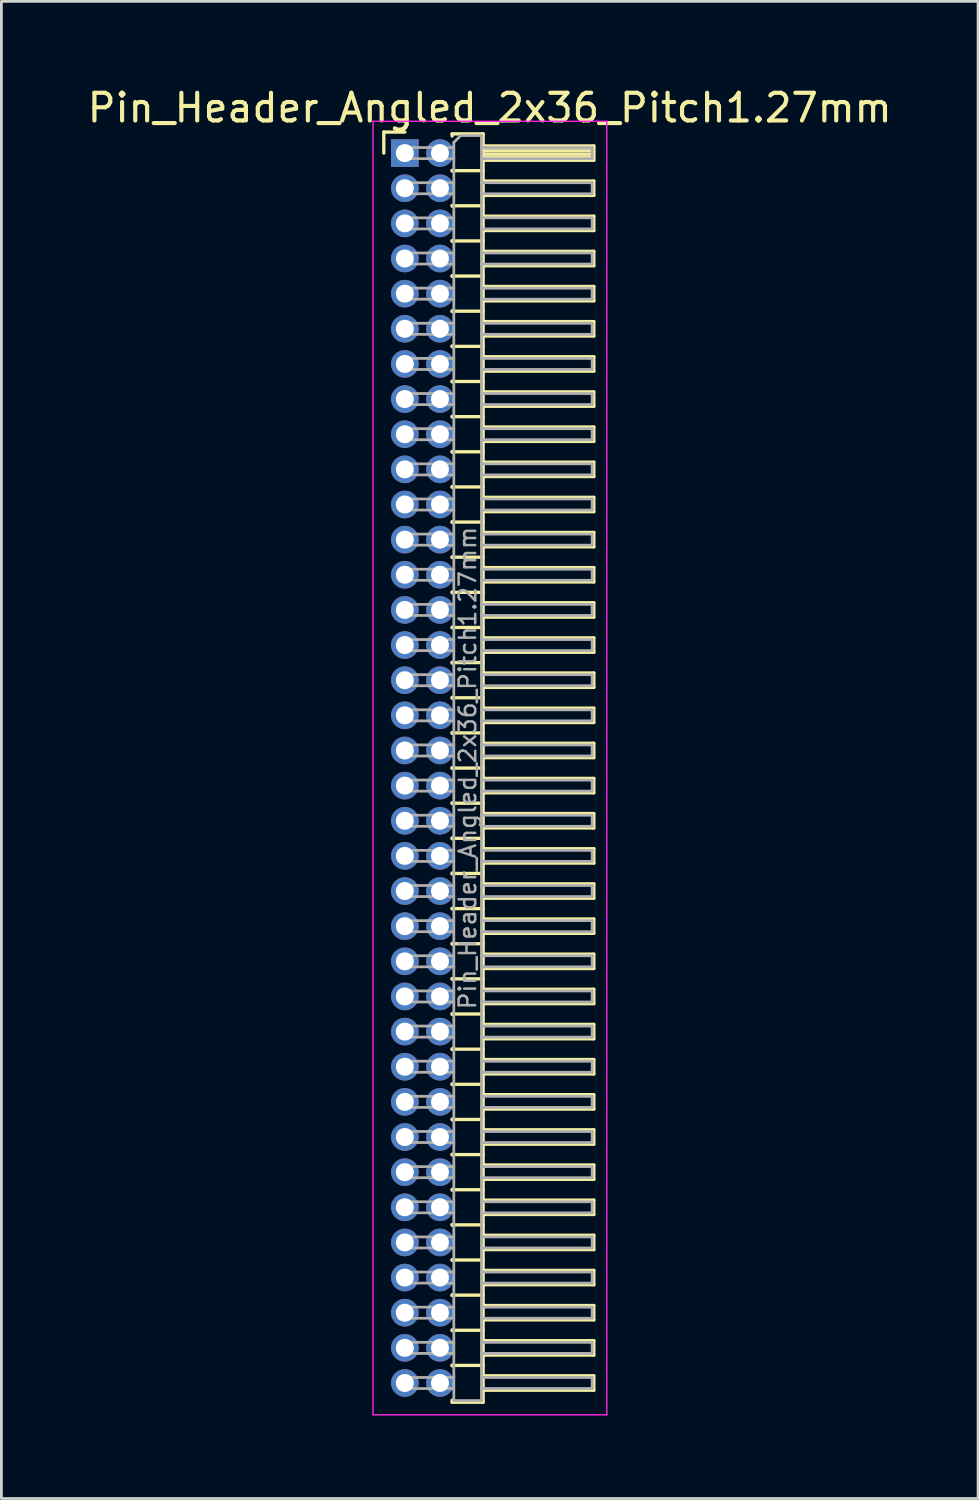
<source format=kicad_pcb>
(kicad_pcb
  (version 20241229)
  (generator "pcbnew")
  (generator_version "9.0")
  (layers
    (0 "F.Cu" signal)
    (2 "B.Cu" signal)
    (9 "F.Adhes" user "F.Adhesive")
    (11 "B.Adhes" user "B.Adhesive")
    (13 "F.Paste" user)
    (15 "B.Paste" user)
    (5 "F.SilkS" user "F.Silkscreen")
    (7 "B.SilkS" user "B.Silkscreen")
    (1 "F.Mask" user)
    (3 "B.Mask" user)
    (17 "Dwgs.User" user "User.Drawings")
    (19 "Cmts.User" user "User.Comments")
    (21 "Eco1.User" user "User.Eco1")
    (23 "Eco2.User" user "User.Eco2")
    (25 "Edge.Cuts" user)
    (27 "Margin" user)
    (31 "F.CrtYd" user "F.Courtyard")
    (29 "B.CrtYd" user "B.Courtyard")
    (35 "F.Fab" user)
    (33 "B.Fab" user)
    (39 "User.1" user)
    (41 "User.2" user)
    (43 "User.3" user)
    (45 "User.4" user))
  (footprint "Pin_Header_Angled_2x36_Pitch1.27mm"
    (layer "F.Cu")
    (at 11.581 2.483)
    (property "Reference" "Pin_Header_Angled_2x36_Pitch1.27mm" (at 3.067 -1.635 0) (layer "F.SilkS") (effects (font (size 1 1) (thickness 0.15))))
    (attr through_hole)
    (fp_line (start -0.76 -0.76) (end 0 -0.76) (stroke (width 0.12) (type solid)) (layer "F.SilkS"))
    (fp_line (start -0.76 0) (end -0.76 -0.76) (stroke (width 0.12) (type solid)) (layer "F.SilkS"))
    (fp_line (start 1.71 -0.695) (end 2.83 -0.695) (stroke (width 0.12) (type solid)) (layer "F.SilkS"))
    (fp_line (start 1.71 -0.62) (end 1.71 -0.695) (stroke (width 0.12) (type solid)) (layer "F.SilkS"))
    (fp_line (start 1.71 0.62) (end 1.71 0.65) (stroke (width 0.12) (type solid)) (layer "F.SilkS"))
    (fp_line (start 1.71 0.635) (end 2.83 0.635) (stroke (width 0.12) (type solid)) (layer "F.SilkS"))
    (fp_line (start 1.71 1.89) (end 1.71 1.92) (stroke (width 0.12) (type solid)) (layer "F.SilkS"))
    (fp_line (start 1.71 1.905) (end 2.83 1.905) (stroke (width 0.12) (type solid)) (layer "F.SilkS"))
    (fp_line (start 1.71 3.16) (end 1.71 3.19) (stroke (width 0.12) (type solid)) (layer "F.SilkS"))
    (fp_line (start 1.71 3.175) (end 2.83 3.175) (stroke (width 0.12) (type solid)) (layer "F.SilkS"))
    (fp_line (start 1.71 4.43) (end 1.71 4.46) (stroke (width 0.12) (type solid)) (layer "F.SilkS"))
    (fp_line (start 1.71 4.445) (end 2.83 4.445) (stroke (width 0.12) (type solid)) (layer "F.SilkS"))
    (fp_line (start 1.71 5.7) (end 1.71 5.73) (stroke (width 0.12) (type solid)) (layer "F.SilkS"))
    (fp_line (start 1.71 5.715) (end 2.83 5.715) (stroke (width 0.12) (type solid)) (layer "F.SilkS"))
    (fp_line (start 1.71 6.97) (end 1.71 7) (stroke (width 0.12) (type solid)) (layer "F.SilkS"))
    (fp_line (start 1.71 6.985) (end 2.83 6.985) (stroke (width 0.12) (type solid)) (layer "F.SilkS"))
    (fp_line (start 1.71 8.24) (end 1.71 8.27) (stroke (width 0.12) (type solid)) (layer "F.SilkS"))
    (fp_line (start 1.71 8.255) (end 2.83 8.255) (stroke (width 0.12) (type solid)) (layer "F.SilkS"))
    (fp_line (start 1.71 9.51) (end 1.71 9.54) (stroke (width 0.12) (type solid)) (layer "F.SilkS"))
    (fp_line (start 1.71 9.525) (end 2.83 9.525) (stroke (width 0.12) (type solid)) (layer "F.SilkS"))
    (fp_line (start 1.71 10.78) (end 1.71 10.81) (stroke (width 0.12) (type solid)) (layer "F.SilkS"))
    (fp_line (start 1.71 10.795) (end 2.83 10.795) (stroke (width 0.12) (type solid)) (layer "F.SilkS"))
    (fp_line (start 1.71 12.05) (end 1.71 12.08) (stroke (width 0.12) (type solid)) (layer "F.SilkS"))
    (fp_line (start 1.71 12.065) (end 2.83 12.065) (stroke (width 0.12) (type solid)) (layer "F.SilkS"))
    (fp_line (start 1.71 13.32) (end 1.71 13.35) (stroke (width 0.12) (type solid)) (layer "F.SilkS"))
    (fp_line (start 1.71 13.335) (end 2.83 13.335) (stroke (width 0.12) (type solid)) (layer "F.SilkS"))
    (fp_line (start 1.71 14.59) (end 1.71 14.62) (stroke (width 0.12) (type solid)) (layer "F.SilkS"))
    (fp_line (start 1.71 14.605) (end 2.83 14.605) (stroke (width 0.12) (type solid)) (layer "F.SilkS"))
    (fp_line (start 1.71 15.86) (end 1.71 15.89) (stroke (width 0.12) (type solid)) (layer "F.SilkS"))
    (fp_line (start 1.71 15.875) (end 2.83 15.875) (stroke (width 0.12) (type solid)) (layer "F.SilkS"))
    (fp_line (start 1.71 17.13) (end 1.71 17.16) (stroke (width 0.12) (type solid)) (layer "F.SilkS"))
    (fp_line (start 1.71 17.145) (end 2.83 17.145) (stroke (width 0.12) (type solid)) (layer "F.SilkS"))
    (fp_line (start 1.71 18.4) (end 1.71 18.43) (stroke (width 0.12) (type solid)) (layer "F.SilkS"))
    (fp_line (start 1.71 18.415) (end 2.83 18.415) (stroke (width 0.12) (type solid)) (layer "F.SilkS"))
    (fp_line (start 1.71 19.67) (end 1.71 19.7) (stroke (width 0.12) (type solid)) (layer "F.SilkS"))
    (fp_line (start 1.71 19.685) (end 2.83 19.685) (stroke (width 0.12) (type solid)) (layer "F.SilkS"))
    (fp_line (start 1.71 20.94) (end 1.71 20.97) (stroke (width 0.12) (type solid)) (layer "F.SilkS"))
    (fp_line (start 1.71 20.955) (end 2.83 20.955) (stroke (width 0.12) (type solid)) (layer "F.SilkS"))
    (fp_line (start 1.71 22.21) (end 1.71 22.24) (stroke (width 0.12) (type solid)) (layer "F.SilkS"))
    (fp_line (start 1.71 22.225) (end 2.83 22.225) (stroke (width 0.12) (type solid)) (layer "F.SilkS"))
    (fp_line (start 1.71 23.48) (end 1.71 23.51) (stroke (width 0.12) (type solid)) (layer "F.SilkS"))
    (fp_line (start 1.71 23.495) (end 2.83 23.495) (stroke (width 0.12) (type solid)) (layer "F.SilkS"))
    (fp_line (start 1.71 24.75) (end 1.71 24.78) (stroke (width 0.12) (type solid)) (layer "F.SilkS"))
    (fp_line (start 1.71 24.765) (end 2.83 24.765) (stroke (width 0.12) (type solid)) (layer "F.SilkS"))
    (fp_line (start 1.71 26.02) (end 1.71 26.05) (stroke (width 0.12) (type solid)) (layer "F.SilkS"))
    (fp_line (start 1.71 26.035) (end 2.83 26.035) (stroke (width 0.12) (type solid)) (layer "F.SilkS"))
    (fp_line (start 1.71 27.29) (end 1.71 27.32) (stroke (width 0.12) (type solid)) (layer "F.SilkS"))
    (fp_line (start 1.71 27.305) (end 2.83 27.305) (stroke (width 0.12) (type solid)) (layer "F.SilkS"))
    (fp_line (start 1.71 28.56) (end 1.71 28.59) (stroke (width 0.12) (type solid)) (layer "F.SilkS"))
    (fp_line (start 1.71 28.575) (end 2.83 28.575) (stroke (width 0.12) (type solid)) (layer "F.SilkS"))
    (fp_line (start 1.71 29.83) (end 1.71 29.86) (stroke (width 0.12) (type solid)) (layer "F.SilkS"))
    (fp_line (start 1.71 29.845) (end 2.83 29.845) (stroke (width 0.12) (type solid)) (layer "F.SilkS"))
    (fp_line (start 1.71 31.1) (end 1.71 31.13) (stroke (width 0.12) (type solid)) (layer "F.SilkS"))
    (fp_line (start 1.71 31.115) (end 2.83 31.115) (stroke (width 0.12) (type solid)) (layer "F.SilkS"))
    (fp_line (start 1.71 32.37) (end 1.71 32.4) (stroke (width 0.12) (type solid)) (layer "F.SilkS"))
    (fp_line (start 1.71 32.385) (end 2.83 32.385) (stroke (width 0.12) (type solid)) (layer "F.SilkS"))
    (fp_line (start 1.71 33.64) (end 1.71 33.67) (stroke (width 0.12) (type solid)) (layer "F.SilkS"))
    (fp_line (start 1.71 33.655) (end 2.83 33.655) (stroke (width 0.12) (type solid)) (layer "F.SilkS"))
    (fp_line (start 1.71 34.91) (end 1.71 34.94) (stroke (width 0.12) (type solid)) (layer "F.SilkS"))
    (fp_line (start 1.71 34.925) (end 2.83 34.925) (stroke (width 0.12) (type solid)) (layer "F.SilkS"))
    (fp_line (start 1.71 36.18) (end 1.71 36.21) (stroke (width 0.12) (type solid)) (layer "F.SilkS"))
    (fp_line (start 1.71 36.195) (end 2.83 36.195) (stroke (width 0.12) (type solid)) (layer "F.SilkS"))
    (fp_line (start 1.71 37.45) (end 1.71 37.48) (stroke (width 0.12) (type solid)) (layer "F.SilkS"))
    (fp_line (start 1.71 37.465) (end 2.83 37.465) (stroke (width 0.12) (type solid)) (layer "F.SilkS"))
    (fp_line (start 1.71 38.72) (end 1.71 38.75) (stroke (width 0.12) (type solid)) (layer "F.SilkS"))
    (fp_line (start 1.71 38.735) (end 2.83 38.735) (stroke (width 0.12) (type solid)) (layer "F.SilkS"))
    (fp_line (start 1.71 39.99) (end 1.71 40.02) (stroke (width 0.12) (type solid)) (layer "F.SilkS"))
    (fp_line (start 1.71 40.005) (end 2.83 40.005) (stroke (width 0.12) (type solid)) (layer "F.SilkS"))
    (fp_line (start 1.71 41.26) (end 1.71 41.29) (stroke (width 0.12) (type solid)) (layer "F.SilkS"))
    (fp_line (start 1.71 41.275) (end 2.83 41.275) (stroke (width 0.12) (type solid)) (layer "F.SilkS"))
    (fp_line (start 1.71 42.53) (end 1.71 42.56) (stroke (width 0.12) (type solid)) (layer "F.SilkS"))
    (fp_line (start 1.71 42.545) (end 2.83 42.545) (stroke (width 0.12) (type solid)) (layer "F.SilkS"))
    (fp_line (start 1.71 43.8) (end 1.71 43.83) (stroke (width 0.12) (type solid)) (layer "F.SilkS"))
    (fp_line (start 1.71 43.815) (end 2.83 43.815) (stroke (width 0.12) (type solid)) (layer "F.SilkS"))
    (fp_line (start 1.71 45.145) (end 1.71 45.07) (stroke (width 0.12) (type solid)) (layer "F.SilkS"))
    (fp_line (start 2.83 -0.695) (end 2.83 45.145) (stroke (width 0.12) (type solid)) (layer "F.SilkS"))
    (fp_line (start 2.83 -0.26) (end 6.83 -0.26) (stroke (width 0.12) (type solid)) (layer "F.SilkS"))
    (fp_line (start 2.83 -0.2) (end 6.83 -0.2) (stroke (width 0.12) (type solid)) (layer "F.SilkS"))
    (fp_line (start 2.83 -0.08) (end 6.83 -0.08) (stroke (width 0.12) (type solid)) (layer "F.SilkS"))
    (fp_line (start 2.83 0.04) (end 6.83 0.04) (stroke (width 0.12) (type solid)) (layer "F.SilkS"))
    (fp_line (start 2.83 0.16) (end 6.83 0.16) (stroke (width 0.12) (type solid)) (layer "F.SilkS"))
    (fp_line (start 2.83 1.01) (end 6.83 1.01) (stroke (width 0.12) (type solid)) (layer "F.SilkS"))
    (fp_line (start 2.83 2.28) (end 6.83 2.28) (stroke (width 0.12) (type solid)) (layer "F.SilkS"))
    (fp_line (start 2.83 3.55) (end 6.83 3.55) (stroke (width 0.12) (type solid)) (layer "F.SilkS"))
    (fp_line (start 2.83 4.82) (end 6.83 4.82) (stroke (width 0.12) (type solid)) (layer "F.SilkS"))
    (fp_line (start 2.83 6.09) (end 6.83 6.09) (stroke (width 0.12) (type solid)) (layer "F.SilkS"))
    (fp_line (start 2.83 7.36) (end 6.83 7.36) (stroke (width 0.12) (type solid)) (layer "F.SilkS"))
    (fp_line (start 2.83 8.63) (end 6.83 8.63) (stroke (width 0.12) (type solid)) (layer "F.SilkS"))
    (fp_line (start 2.83 9.9) (end 6.83 9.9) (stroke (width 0.12) (type solid)) (layer "F.SilkS"))
    (fp_line (start 2.83 11.17) (end 6.83 11.17) (stroke (width 0.12) (type solid)) (layer "F.SilkS"))
    (fp_line (start 2.83 12.44) (end 6.83 12.44) (stroke (width 0.12) (type solid)) (layer "F.SilkS"))
    (fp_line (start 2.83 13.71) (end 6.83 13.71) (stroke (width 0.12) (type solid)) (layer "F.SilkS"))
    (fp_line (start 2.83 14.98) (end 6.83 14.98) (stroke (width 0.12) (type solid)) (layer "F.SilkS"))
    (fp_line (start 2.83 16.25) (end 6.83 16.25) (stroke (width 0.12) (type solid)) (layer "F.SilkS"))
    (fp_line (start 2.83 17.52) (end 6.83 17.52) (stroke (width 0.12) (type solid)) (layer "F.SilkS"))
    (fp_line (start 2.83 18.79) (end 6.83 18.79) (stroke (width 0.12) (type solid)) (layer "F.SilkS"))
    (fp_line (start 2.83 20.06) (end 6.83 20.06) (stroke (width 0.12) (type solid)) (layer "F.SilkS"))
    (fp_line (start 2.83 21.33) (end 6.83 21.33) (stroke (width 0.12) (type solid)) (layer "F.SilkS"))
    (fp_line (start 2.83 22.6) (end 6.83 22.6) (stroke (width 0.12) (type solid)) (layer "F.SilkS"))
    (fp_line (start 2.83 23.87) (end 6.83 23.87) (stroke (width 0.12) (type solid)) (layer "F.SilkS"))
    (fp_line (start 2.83 25.14) (end 6.83 25.14) (stroke (width 0.12) (type solid)) (layer "F.SilkS"))
    (fp_line (start 2.83 26.41) (end 6.83 26.41) (stroke (width 0.12) (type solid)) (layer "F.SilkS"))
    (fp_line (start 2.83 27.68) (end 6.83 27.68) (stroke (width 0.12) (type solid)) (layer "F.SilkS"))
    (fp_line (start 2.83 28.95) (end 6.83 28.95) (stroke (width 0.12) (type solid)) (layer "F.SilkS"))
    (fp_line (start 2.83 30.22) (end 6.83 30.22) (stroke (width 0.12) (type solid)) (layer "F.SilkS"))
    (fp_line (start 2.83 31.49) (end 6.83 31.49) (stroke (width 0.12) (type solid)) (layer "F.SilkS"))
    (fp_line (start 2.83 32.76) (end 6.83 32.76) (stroke (width 0.12) (type solid)) (layer "F.SilkS"))
    (fp_line (start 2.83 34.03) (end 6.83 34.03) (stroke (width 0.12) (type solid)) (layer "F.SilkS"))
    (fp_line (start 2.83 35.3) (end 6.83 35.3) (stroke (width 0.12) (type solid)) (layer "F.SilkS"))
    (fp_line (start 2.83 36.57) (end 6.83 36.57) (stroke (width 0.12) (type solid)) (layer "F.SilkS"))
    (fp_line (start 2.83 37.84) (end 6.83 37.84) (stroke (width 0.12) (type solid)) (layer "F.SilkS"))
    (fp_line (start 2.83 39.11) (end 6.83 39.11) (stroke (width 0.12) (type solid)) (layer "F.SilkS"))
    (fp_line (start 2.83 40.38) (end 6.83 40.38) (stroke (width 0.12) (type solid)) (layer "F.SilkS"))
    (fp_line (start 2.83 41.65) (end 6.83 41.65) (stroke (width 0.12) (type solid)) (layer "F.SilkS"))
    (fp_line (start 2.83 42.92) (end 6.83 42.92) (stroke (width 0.12) (type solid)) (layer "F.SilkS"))
    (fp_line (start 2.83 44.19) (end 6.83 44.19) (stroke (width 0.12) (type solid)) (layer "F.SilkS"))
    (fp_line (start 2.83 45.145) (end 1.71 45.145) (stroke (width 0.12) (type solid)) (layer "F.SilkS"))
    (fp_line (start 6.83 -0.26) (end 6.83 0.26) (stroke (width 0.12) (type solid)) (layer "F.SilkS"))
    (fp_line (start 6.83 0.26) (end 2.83 0.26) (stroke (width 0.12) (type solid)) (layer "F.SilkS"))
    (fp_line (start 6.83 1.01) (end 6.83 1.53) (stroke (width 0.12) (type solid)) (layer "F.SilkS"))
    (fp_line (start 6.83 1.53) (end 2.83 1.53) (stroke (width 0.12) (type solid)) (layer "F.SilkS"))
    (fp_line (start 6.83 2.28) (end 6.83 2.8) (stroke (width 0.12) (type solid)) (layer "F.SilkS"))
    (fp_line (start 6.83 2.8) (end 2.83 2.8) (stroke (width 0.12) (type solid)) (layer "F.SilkS"))
    (fp_line (start 6.83 3.55) (end 6.83 4.07) (stroke (width 0.12) (type solid)) (layer "F.SilkS"))
    (fp_line (start 6.83 4.07) (end 2.83 4.07) (stroke (width 0.12) (type solid)) (layer "F.SilkS"))
    (fp_line (start 6.83 4.82) (end 6.83 5.34) (stroke (width 0.12) (type solid)) (layer "F.SilkS"))
    (fp_line (start 6.83 5.34) (end 2.83 5.34) (stroke (width 0.12) (type solid)) (layer "F.SilkS"))
    (fp_line (start 6.83 6.09) (end 6.83 6.61) (stroke (width 0.12) (type solid)) (layer "F.SilkS"))
    (fp_line (start 6.83 6.61) (end 2.83 6.61) (stroke (width 0.12) (type solid)) (layer "F.SilkS"))
    (fp_line (start 6.83 7.36) (end 6.83 7.88) (stroke (width 0.12) (type solid)) (layer "F.SilkS"))
    (fp_line (start 6.83 7.88) (end 2.83 7.88) (stroke (width 0.12) (type solid)) (layer "F.SilkS"))
    (fp_line (start 6.83 8.63) (end 6.83 9.15) (stroke (width 0.12) (type solid)) (layer "F.SilkS"))
    (fp_line (start 6.83 9.15) (end 2.83 9.15) (stroke (width 0.12) (type solid)) (layer "F.SilkS"))
    (fp_line (start 6.83 9.9) (end 6.83 10.42) (stroke (width 0.12) (type solid)) (layer "F.SilkS"))
    (fp_line (start 6.83 10.42) (end 2.83 10.42) (stroke (width 0.12) (type solid)) (layer "F.SilkS"))
    (fp_line (start 6.83 11.17) (end 6.83 11.69) (stroke (width 0.12) (type solid)) (layer "F.SilkS"))
    (fp_line (start 6.83 11.69) (end 2.83 11.69) (stroke (width 0.12) (type solid)) (layer "F.SilkS"))
    (fp_line (start 6.83 12.44) (end 6.83 12.96) (stroke (width 0.12) (type solid)) (layer "F.SilkS"))
    (fp_line (start 6.83 12.96) (end 2.83 12.96) (stroke (width 0.12) (type solid)) (layer "F.SilkS"))
    (fp_line (start 6.83 13.71) (end 6.83 14.23) (stroke (width 0.12) (type solid)) (layer "F.SilkS"))
    (fp_line (start 6.83 14.23) (end 2.83 14.23) (stroke (width 0.12) (type solid)) (layer "F.SilkS"))
    (fp_line (start 6.83 14.98) (end 6.83 15.5) (stroke (width 0.12) (type solid)) (layer "F.SilkS"))
    (fp_line (start 6.83 15.5) (end 2.83 15.5) (stroke (width 0.12) (type solid)) (layer "F.SilkS"))
    (fp_line (start 6.83 16.25) (end 6.83 16.77) (stroke (width 0.12) (type solid)) (layer "F.SilkS"))
    (fp_line (start 6.83 16.77) (end 2.83 16.77) (stroke (width 0.12) (type solid)) (layer "F.SilkS"))
    (fp_line (start 6.83 17.52) (end 6.83 18.04) (stroke (width 0.12) (type solid)) (layer "F.SilkS"))
    (fp_line (start 6.83 18.04) (end 2.83 18.04) (stroke (width 0.12) (type solid)) (layer "F.SilkS"))
    (fp_line (start 6.83 18.79) (end 6.83 19.31) (stroke (width 0.12) (type solid)) (layer "F.SilkS"))
    (fp_line (start 6.83 19.31) (end 2.83 19.31) (stroke (width 0.12) (type solid)) (layer "F.SilkS"))
    (fp_line (start 6.83 20.06) (end 6.83 20.58) (stroke (width 0.12) (type solid)) (layer "F.SilkS"))
    (fp_line (start 6.83 20.58) (end 2.83 20.58) (stroke (width 0.12) (type solid)) (layer "F.SilkS"))
    (fp_line (start 6.83 21.33) (end 6.83 21.85) (stroke (width 0.12) (type solid)) (layer "F.SilkS"))
    (fp_line (start 6.83 21.85) (end 2.83 21.85) (stroke (width 0.12) (type solid)) (layer "F.SilkS"))
    (fp_line (start 6.83 22.6) (end 6.83 23.12) (stroke (width 0.12) (type solid)) (layer "F.SilkS"))
    (fp_line (start 6.83 23.12) (end 2.83 23.12) (stroke (width 0.12) (type solid)) (layer "F.SilkS"))
    (fp_line (start 6.83 23.87) (end 6.83 24.39) (stroke (width 0.12) (type solid)) (layer "F.SilkS"))
    (fp_line (start 6.83 24.39) (end 2.83 24.39) (stroke (width 0.12) (type solid)) (layer "F.SilkS"))
    (fp_line (start 6.83 25.14) (end 6.83 25.66) (stroke (width 0.12) (type solid)) (layer "F.SilkS"))
    (fp_line (start 6.83 25.66) (end 2.83 25.66) (stroke (width 0.12) (type solid)) (layer "F.SilkS"))
    (fp_line (start 6.83 26.41) (end 6.83 26.93) (stroke (width 0.12) (type solid)) (layer "F.SilkS"))
    (fp_line (start 6.83 26.93) (end 2.83 26.93) (stroke (width 0.12) (type solid)) (layer "F.SilkS"))
    (fp_line (start 6.83 27.68) (end 6.83 28.2) (stroke (width 0.12) (type solid)) (layer "F.SilkS"))
    (fp_line (start 6.83 28.2) (end 2.83 28.2) (stroke (width 0.12) (type solid)) (layer "F.SilkS"))
    (fp_line (start 6.83 28.95) (end 6.83 29.47) (stroke (width 0.12) (type solid)) (layer "F.SilkS"))
    (fp_line (start 6.83 29.47) (end 2.83 29.47) (stroke (width 0.12) (type solid)) (layer "F.SilkS"))
    (fp_line (start 6.83 30.22) (end 6.83 30.74) (stroke (width 0.12) (type solid)) (layer "F.SilkS"))
    (fp_line (start 6.83 30.74) (end 2.83 30.74) (stroke (width 0.12) (type solid)) (layer "F.SilkS"))
    (fp_line (start 6.83 31.49) (end 6.83 32.01) (stroke (width 0.12) (type solid)) (layer "F.SilkS"))
    (fp_line (start 6.83 32.01) (end 2.83 32.01) (stroke (width 0.12) (type solid)) (layer "F.SilkS"))
    (fp_line (start 6.83 32.76) (end 6.83 33.28) (stroke (width 0.12) (type solid)) (layer "F.SilkS"))
    (fp_line (start 6.83 33.28) (end 2.83 33.28) (stroke (width 0.12) (type solid)) (layer "F.SilkS"))
    (fp_line (start 6.83 34.03) (end 6.83 34.55) (stroke (width 0.12) (type solid)) (layer "F.SilkS"))
    (fp_line (start 6.83 34.55) (end 2.83 34.55) (stroke (width 0.12) (type solid)) (layer "F.SilkS"))
    (fp_line (start 6.83 35.3) (end 6.83 35.82) (stroke (width 0.12) (type solid)) (layer "F.SilkS"))
    (fp_line (start 6.83 35.82) (end 2.83 35.82) (stroke (width 0.12) (type solid)) (layer "F.SilkS"))
    (fp_line (start 6.83 36.57) (end 6.83 37.09) (stroke (width 0.12) (type solid)) (layer "F.SilkS"))
    (fp_line (start 6.83 37.09) (end 2.83 37.09) (stroke (width 0.12) (type solid)) (layer "F.SilkS"))
    (fp_line (start 6.83 37.84) (end 6.83 38.36) (stroke (width 0.12) (type solid)) (layer "F.SilkS"))
    (fp_line (start 6.83 38.36) (end 2.83 38.36) (stroke (width 0.12) (type solid)) (layer "F.SilkS"))
    (fp_line (start 6.83 39.11) (end 6.83 39.63) (stroke (width 0.12) (type solid)) (layer "F.SilkS"))
    (fp_line (start 6.83 39.63) (end 2.83 39.63) (stroke (width 0.12) (type solid)) (layer "F.SilkS"))
    (fp_line (start 6.83 40.38) (end 6.83 40.9) (stroke (width 0.12) (type solid)) (layer "F.SilkS"))
    (fp_line (start 6.83 40.9) (end 2.83 40.9) (stroke (width 0.12) (type solid)) (layer "F.SilkS"))
    (fp_line (start 6.83 41.65) (end 6.83 42.17) (stroke (width 0.12) (type solid)) (layer "F.SilkS"))
    (fp_line (start 6.83 42.17) (end 2.83 42.17) (stroke (width 0.12) (type solid)) (layer "F.SilkS"))
    (fp_line (start 6.83 42.92) (end 6.83 43.44) (stroke (width 0.12) (type solid)) (layer "F.SilkS"))
    (fp_line (start 6.83 43.44) (end 2.83 43.44) (stroke (width 0.12) (type solid)) (layer "F.SilkS"))
    (fp_line (start 6.83 44.19) (end 6.83 44.71) (stroke (width 0.12) (type solid)) (layer "F.SilkS"))
    (fp_line (start 6.83 44.71) (end 2.83 44.71) (stroke (width 0.12) (type solid)) (layer "F.SilkS"))
    (fp_line (start -1.15 -1.15) (end -1.15 45.6) (stroke (width 0.05) (type solid)) (layer "F.CrtYd"))
    (fp_line (start -1.15 45.6) (end 7.3 45.6) (stroke (width 0.05) (type solid)) (layer "F.CrtYd"))
    (fp_line (start 7.3 -1.15) (end -1.15 -1.15) (stroke (width 0.05) (type solid)) (layer "F.CrtYd"))
    (fp_line (start 7.3 45.6) (end 7.3 -1.15) (stroke (width 0.05) (type solid)) (layer "F.CrtYd"))
    (fp_line (start -0.2 -0.2) (end -0.2 0.2) (stroke (width 0.1) (type solid)) (layer "F.Fab"))
    (fp_line (start -0.2 -0.2) (end 1.77 -0.2) (stroke (width 0.1) (type solid)) (layer "F.Fab"))
    (fp_line (start -0.2 0.2) (end 1.77 0.2) (stroke (width 0.1) (type solid)) (layer "F.Fab"))
    (fp_line (start -0.2 1.07) (end -0.2 1.47) (stroke (width 0.1) (type solid)) (layer "F.Fab"))
    (fp_line (start -0.2 1.07) (end 1.77 1.07) (stroke (width 0.1) (type solid)) (layer "F.Fab"))
    (fp_line (start -0.2 1.47) (end 1.77 1.47) (stroke (width 0.1) (type solid)) (layer "F.Fab"))
    (fp_line (start -0.2 2.34) (end -0.2 2.74) (stroke (width 0.1) (type solid)) (layer "F.Fab"))
    (fp_line (start -0.2 2.34) (end 1.77 2.34) (stroke (width 0.1) (type solid)) (layer "F.Fab"))
    (fp_line (start -0.2 2.74) (end 1.77 2.74) (stroke (width 0.1) (type solid)) (layer "F.Fab"))
    (fp_line (start -0.2 3.61) (end -0.2 4.01) (stroke (width 0.1) (type solid)) (layer "F.Fab"))
    (fp_line (start -0.2 3.61) (end 1.77 3.61) (stroke (width 0.1) (type solid)) (layer "F.Fab"))
    (fp_line (start -0.2 4.01) (end 1.77 4.01) (stroke (width 0.1) (type solid)) (layer "F.Fab"))
    (fp_line (start -0.2 4.88) (end -0.2 5.28) (stroke (width 0.1) (type solid)) (layer "F.Fab"))
    (fp_line (start -0.2 4.88) (end 1.77 4.88) (stroke (width 0.1) (type solid)) (layer "F.Fab"))
    (fp_line (start -0.2 5.28) (end 1.77 5.28) (stroke (width 0.1) (type solid)) (layer "F.Fab"))
    (fp_line (start -0.2 6.15) (end -0.2 6.55) (stroke (width 0.1) (type solid)) (layer "F.Fab"))
    (fp_line (start -0.2 6.15) (end 1.77 6.15) (stroke (width 0.1) (type solid)) (layer "F.Fab"))
    (fp_line (start -0.2 6.55) (end 1.77 6.55) (stroke (width 0.1) (type solid)) (layer "F.Fab"))
    (fp_line (start -0.2 7.42) (end -0.2 7.82) (stroke (width 0.1) (type solid)) (layer "F.Fab"))
    (fp_line (start -0.2 7.42) (end 1.77 7.42) (stroke (width 0.1) (type solid)) (layer "F.Fab"))
    (fp_line (start -0.2 7.82) (end 1.77 7.82) (stroke (width 0.1) (type solid)) (layer "F.Fab"))
    (fp_line (start -0.2 8.69) (end -0.2 9.09) (stroke (width 0.1) (type solid)) (layer "F.Fab"))
    (fp_line (start -0.2 8.69) (end 1.77 8.69) (stroke (width 0.1) (type solid)) (layer "F.Fab"))
    (fp_line (start -0.2 9.09) (end 1.77 9.09) (stroke (width 0.1) (type solid)) (layer "F.Fab"))
    (fp_line (start -0.2 9.96) (end -0.2 10.36) (stroke (width 0.1) (type solid)) (layer "F.Fab"))
    (fp_line (start -0.2 9.96) (end 1.77 9.96) (stroke (width 0.1) (type solid)) (layer "F.Fab"))
    (fp_line (start -0.2 10.36) (end 1.77 10.36) (stroke (width 0.1) (type solid)) (layer "F.Fab"))
    (fp_line (start -0.2 11.23) (end -0.2 11.63) (stroke (width 0.1) (type solid)) (layer "F.Fab"))
    (fp_line (start -0.2 11.23) (end 1.77 11.23) (stroke (width 0.1) (type solid)) (layer "F.Fab"))
    (fp_line (start -0.2 11.63) (end 1.77 11.63) (stroke (width 0.1) (type solid)) (layer "F.Fab"))
    (fp_line (start -0.2 12.5) (end -0.2 12.9) (stroke (width 0.1) (type solid)) (layer "F.Fab"))
    (fp_line (start -0.2 12.5) (end 1.77 12.5) (stroke (width 0.1) (type solid)) (layer "F.Fab"))
    (fp_line (start -0.2 12.9) (end 1.77 12.9) (stroke (width 0.1) (type solid)) (layer "F.Fab"))
    (fp_line (start -0.2 13.77) (end -0.2 14.17) (stroke (width 0.1) (type solid)) (layer "F.Fab"))
    (fp_line (start -0.2 13.77) (end 1.77 13.77) (stroke (width 0.1) (type solid)) (layer "F.Fab"))
    (fp_line (start -0.2 14.17) (end 1.77 14.17) (stroke (width 0.1) (type solid)) (layer "F.Fab"))
    (fp_line (start -0.2 15.04) (end -0.2 15.44) (stroke (width 0.1) (type solid)) (layer "F.Fab"))
    (fp_line (start -0.2 15.04) (end 1.77 15.04) (stroke (width 0.1) (type solid)) (layer "F.Fab"))
    (fp_line (start -0.2 15.44) (end 1.77 15.44) (stroke (width 0.1) (type solid)) (layer "F.Fab"))
    (fp_line (start -0.2 16.31) (end -0.2 16.71) (stroke (width 0.1) (type solid)) (layer "F.Fab"))
    (fp_line (start -0.2 16.31) (end 1.77 16.31) (stroke (width 0.1) (type solid)) (layer "F.Fab"))
    (fp_line (start -0.2 16.71) (end 1.77 16.71) (stroke (width 0.1) (type solid)) (layer "F.Fab"))
    (fp_line (start -0.2 17.58) (end -0.2 17.98) (stroke (width 0.1) (type solid)) (layer "F.Fab"))
    (fp_line (start -0.2 17.58) (end 1.77 17.58) (stroke (width 0.1) (type solid)) (layer "F.Fab"))
    (fp_line (start -0.2 17.98) (end 1.77 17.98) (stroke (width 0.1) (type solid)) (layer "F.Fab"))
    (fp_line (start -0.2 18.85) (end -0.2 19.25) (stroke (width 0.1) (type solid)) (layer "F.Fab"))
    (fp_line (start -0.2 18.85) (end 1.77 18.85) (stroke (width 0.1) (type solid)) (layer "F.Fab"))
    (fp_line (start -0.2 19.25) (end 1.77 19.25) (stroke (width 0.1) (type solid)) (layer "F.Fab"))
    (fp_line (start -0.2 20.12) (end -0.2 20.52) (stroke (width 0.1) (type solid)) (layer "F.Fab"))
    (fp_line (start -0.2 20.12) (end 1.77 20.12) (stroke (width 0.1) (type solid)) (layer "F.Fab"))
    (fp_line (start -0.2 20.52) (end 1.77 20.52) (stroke (width 0.1) (type solid)) (layer "F.Fab"))
    (fp_line (start -0.2 21.39) (end -0.2 21.79) (stroke (width 0.1) (type solid)) (layer "F.Fab"))
    (fp_line (start -0.2 21.39) (end 1.77 21.39) (stroke (width 0.1) (type solid)) (layer "F.Fab"))
    (fp_line (start -0.2 21.79) (end 1.77 21.79) (stroke (width 0.1) (type solid)) (layer "F.Fab"))
    (fp_line (start -0.2 22.66) (end -0.2 23.06) (stroke (width 0.1) (type solid)) (layer "F.Fab"))
    (fp_line (start -0.2 22.66) (end 1.77 22.66) (stroke (width 0.1) (type solid)) (layer "F.Fab"))
    (fp_line (start -0.2 23.06) (end 1.77 23.06) (stroke (width 0.1) (type solid)) (layer "F.Fab"))
    (fp_line (start -0.2 23.93) (end -0.2 24.33) (stroke (width 0.1) (type solid)) (layer "F.Fab"))
    (fp_line (start -0.2 23.93) (end 1.77 23.93) (stroke (width 0.1) (type solid)) (layer "F.Fab"))
    (fp_line (start -0.2 24.33) (end 1.77 24.33) (stroke (width 0.1) (type solid)) (layer "F.Fab"))
    (fp_line (start -0.2 25.2) (end -0.2 25.6) (stroke (width 0.1) (type solid)) (layer "F.Fab"))
    (fp_line (start -0.2 25.2) (end 1.77 25.2) (stroke (width 0.1) (type solid)) (layer "F.Fab"))
    (fp_line (start -0.2 25.6) (end 1.77 25.6) (stroke (width 0.1) (type solid)) (layer "F.Fab"))
    (fp_line (start -0.2 26.47) (end -0.2 26.87) (stroke (width 0.1) (type solid)) (layer "F.Fab"))
    (fp_line (start -0.2 26.47) (end 1.77 26.47) (stroke (width 0.1) (type solid)) (layer "F.Fab"))
    (fp_line (start -0.2 26.87) (end 1.77 26.87) (stroke (width 0.1) (type solid)) (layer "F.Fab"))
    (fp_line (start -0.2 27.74) (end -0.2 28.14) (stroke (width 0.1) (type solid)) (layer "F.Fab"))
    (fp_line (start -0.2 27.74) (end 1.77 27.74) (stroke (width 0.1) (type solid)) (layer "F.Fab"))
    (fp_line (start -0.2 28.14) (end 1.77 28.14) (stroke (width 0.1) (type solid)) (layer "F.Fab"))
    (fp_line (start -0.2 29.01) (end -0.2 29.41) (stroke (width 0.1) (type solid)) (layer "F.Fab"))
    (fp_line (start -0.2 29.01) (end 1.77 29.01) (stroke (width 0.1) (type solid)) (layer "F.Fab"))
    (fp_line (start -0.2 29.41) (end 1.77 29.41) (stroke (width 0.1) (type solid)) (layer "F.Fab"))
    (fp_line (start -0.2 30.28) (end -0.2 30.68) (stroke (width 0.1) (type solid)) (layer "F.Fab"))
    (fp_line (start -0.2 30.28) (end 1.77 30.28) (stroke (width 0.1) (type solid)) (layer "F.Fab"))
    (fp_line (start -0.2 30.68) (end 1.77 30.68) (stroke (width 0.1) (type solid)) (layer "F.Fab"))
    (fp_line (start -0.2 31.55) (end -0.2 31.95) (stroke (width 0.1) (type solid)) (layer "F.Fab"))
    (fp_line (start -0.2 31.55) (end 1.77 31.55) (stroke (width 0.1) (type solid)) (layer "F.Fab"))
    (fp_line (start -0.2 31.95) (end 1.77 31.95) (stroke (width 0.1) (type solid)) (layer "F.Fab"))
    (fp_line (start -0.2 32.82) (end -0.2 33.22) (stroke (width 0.1) (type solid)) (layer "F.Fab"))
    (fp_line (start -0.2 32.82) (end 1.77 32.82) (stroke (width 0.1) (type solid)) (layer "F.Fab"))
    (fp_line (start -0.2 33.22) (end 1.77 33.22) (stroke (width 0.1) (type solid)) (layer "F.Fab"))
    (fp_line (start -0.2 34.09) (end -0.2 34.49) (stroke (width 0.1) (type solid)) (layer "F.Fab"))
    (fp_line (start -0.2 34.09) (end 1.77 34.09) (stroke (width 0.1) (type solid)) (layer "F.Fab"))
    (fp_line (start -0.2 34.49) (end 1.77 34.49) (stroke (width 0.1) (type solid)) (layer "F.Fab"))
    (fp_line (start -0.2 35.36) (end -0.2 35.76) (stroke (width 0.1) (type solid)) (layer "F.Fab"))
    (fp_line (start -0.2 35.36) (end 1.77 35.36) (stroke (width 0.1) (type solid)) (layer "F.Fab"))
    (fp_line (start -0.2 35.76) (end 1.77 35.76) (stroke (width 0.1) (type solid)) (layer "F.Fab"))
    (fp_line (start -0.2 36.63) (end -0.2 37.03) (stroke (width 0.1) (type solid)) (layer "F.Fab"))
    (fp_line (start -0.2 36.63) (end 1.77 36.63) (stroke (width 0.1) (type solid)) (layer "F.Fab"))
    (fp_line (start -0.2 37.03) (end 1.77 37.03) (stroke (width 0.1) (type solid)) (layer "F.Fab"))
    (fp_line (start -0.2 37.9) (end -0.2 38.3) (stroke (width 0.1) (type solid)) (layer "F.Fab"))
    (fp_line (start -0.2 37.9) (end 1.77 37.9) (stroke (width 0.1) (type solid)) (layer "F.Fab"))
    (fp_line (start -0.2 38.3) (end 1.77 38.3) (stroke (width 0.1) (type solid)) (layer "F.Fab"))
    (fp_line (start -0.2 39.17) (end -0.2 39.57) (stroke (width 0.1) (type solid)) (layer "F.Fab"))
    (fp_line (start -0.2 39.17) (end 1.77 39.17) (stroke (width 0.1) (type solid)) (layer "F.Fab"))
    (fp_line (start -0.2 39.57) (end 1.77 39.57) (stroke (width 0.1) (type solid)) (layer "F.Fab"))
    (fp_line (start -0.2 40.44) (end -0.2 40.84) (stroke (width 0.1) (type solid)) (layer "F.Fab"))
    (fp_line (start -0.2 40.44) (end 1.77 40.44) (stroke (width 0.1) (type solid)) (layer "F.Fab"))
    (fp_line (start -0.2 40.84) (end 1.77 40.84) (stroke (width 0.1) (type solid)) (layer "F.Fab"))
    (fp_line (start -0.2 41.71) (end -0.2 42.11) (stroke (width 0.1) (type solid)) (layer "F.Fab"))
    (fp_line (start -0.2 41.71) (end 1.77 41.71) (stroke (width 0.1) (type solid)) (layer "F.Fab"))
    (fp_line (start -0.2 42.11) (end 1.77 42.11) (stroke (width 0.1) (type solid)) (layer "F.Fab"))
    (fp_line (start -0.2 42.98) (end -0.2 43.38) (stroke (width 0.1) (type solid)) (layer "F.Fab"))
    (fp_line (start -0.2 42.98) (end 1.77 42.98) (stroke (width 0.1) (type solid)) (layer "F.Fab"))
    (fp_line (start -0.2 43.38) (end 1.77 43.38) (stroke (width 0.1) (type solid)) (layer "F.Fab"))
    (fp_line (start -0.2 44.25) (end -0.2 44.65) (stroke (width 0.1) (type solid)) (layer "F.Fab"))
    (fp_line (start -0.2 44.25) (end 1.77 44.25) (stroke (width 0.1) (type solid)) (layer "F.Fab"))
    (fp_line (start -0.2 44.65) (end 1.77 44.65) (stroke (width 0.1) (type solid)) (layer "F.Fab"))
    (fp_line (start 1.77 -0.385) (end 2.02 -0.635) (stroke (width 0.1) (type solid)) (layer "F.Fab"))
    (fp_line (start 1.77 45.085) (end 1.77 -0.385) (stroke (width 0.1) (type solid)) (layer "F.Fab"))
    (fp_line (start 2.02 -0.635) (end 2.77 -0.635) (stroke (width 0.1) (type solid)) (layer "F.Fab"))
    (fp_line (start 2.77 -0.635) (end 2.77 45.085) (stroke (width 0.1) (type solid)) (layer "F.Fab"))
    (fp_line (start 2.77 -0.2) (end 6.77 -0.2) (stroke (width 0.1) (type solid)) (layer "F.Fab"))
    (fp_line (start 2.77 0.2) (end 6.77 0.2) (stroke (width 0.1) (type solid)) (layer "F.Fab"))
    (fp_line (start 2.77 1.07) (end 6.77 1.07) (stroke (width 0.1) (type solid)) (layer "F.Fab"))
    (fp_line (start 2.77 1.47) (end 6.77 1.47) (stroke (width 0.1) (type solid)) (layer "F.Fab"))
    (fp_line (start 2.77 2.34) (end 6.77 2.34) (stroke (width 0.1) (type solid)) (layer "F.Fab"))
    (fp_line (start 2.77 2.74) (end 6.77 2.74) (stroke (width 0.1) (type solid)) (layer "F.Fab"))
    (fp_line (start 2.77 3.61) (end 6.77 3.61) (stroke (width 0.1) (type solid)) (layer "F.Fab"))
    (fp_line (start 2.77 4.01) (end 6.77 4.01) (stroke (width 0.1) (type solid)) (layer "F.Fab"))
    (fp_line (start 2.77 4.88) (end 6.77 4.88) (stroke (width 0.1) (type solid)) (layer "F.Fab"))
    (fp_line (start 2.77 5.28) (end 6.77 5.28) (stroke (width 0.1) (type solid)) (layer "F.Fab"))
    (fp_line (start 2.77 6.15) (end 6.77 6.15) (stroke (width 0.1) (type solid)) (layer "F.Fab"))
    (fp_line (start 2.77 6.55) (end 6.77 6.55) (stroke (width 0.1) (type solid)) (layer "F.Fab"))
    (fp_line (start 2.77 7.42) (end 6.77 7.42) (stroke (width 0.1) (type solid)) (layer "F.Fab"))
    (fp_line (start 2.77 7.82) (end 6.77 7.82) (stroke (width 0.1) (type solid)) (layer "F.Fab"))
    (fp_line (start 2.77 8.69) (end 6.77 8.69) (stroke (width 0.1) (type solid)) (layer "F.Fab"))
    (fp_line (start 2.77 9.09) (end 6.77 9.09) (stroke (width 0.1) (type solid)) (layer "F.Fab"))
    (fp_line (start 2.77 9.96) (end 6.77 9.96) (stroke (width 0.1) (type solid)) (layer "F.Fab"))
    (fp_line (start 2.77 10.36) (end 6.77 10.36) (stroke (width 0.1) (type solid)) (layer "F.Fab"))
    (fp_line (start 2.77 11.23) (end 6.77 11.23) (stroke (width 0.1) (type solid)) (layer "F.Fab"))
    (fp_line (start 2.77 11.63) (end 6.77 11.63) (stroke (width 0.1) (type solid)) (layer "F.Fab"))
    (fp_line (start 2.77 12.5) (end 6.77 12.5) (stroke (width 0.1) (type solid)) (layer "F.Fab"))
    (fp_line (start 2.77 12.9) (end 6.77 12.9) (stroke (width 0.1) (type solid)) (layer "F.Fab"))
    (fp_line (start 2.77 13.77) (end 6.77 13.77) (stroke (width 0.1) (type solid)) (layer "F.Fab"))
    (fp_line (start 2.77 14.17) (end 6.77 14.17) (stroke (width 0.1) (type solid)) (layer "F.Fab"))
    (fp_line (start 2.77 15.04) (end 6.77 15.04) (stroke (width 0.1) (type solid)) (layer "F.Fab"))
    (fp_line (start 2.77 15.44) (end 6.77 15.44) (stroke (width 0.1) (type solid)) (layer "F.Fab"))
    (fp_line (start 2.77 16.31) (end 6.77 16.31) (stroke (width 0.1) (type solid)) (layer "F.Fab"))
    (fp_line (start 2.77 16.71) (end 6.77 16.71) (stroke (width 0.1) (type solid)) (layer "F.Fab"))
    (fp_line (start 2.77 17.58) (end 6.77 17.58) (stroke (width 0.1) (type solid)) (layer "F.Fab"))
    (fp_line (start 2.77 17.98) (end 6.77 17.98) (stroke (width 0.1) (type solid)) (layer "F.Fab"))
    (fp_line (start 2.77 18.85) (end 6.77 18.85) (stroke (width 0.1) (type solid)) (layer "F.Fab"))
    (fp_line (start 2.77 19.25) (end 6.77 19.25) (stroke (width 0.1) (type solid)) (layer "F.Fab"))
    (fp_line (start 2.77 20.12) (end 6.77 20.12) (stroke (width 0.1) (type solid)) (layer "F.Fab"))
    (fp_line (start 2.77 20.52) (end 6.77 20.52) (stroke (width 0.1) (type solid)) (layer "F.Fab"))
    (fp_line (start 2.77 21.39) (end 6.77 21.39) (stroke (width 0.1) (type solid)) (layer "F.Fab"))
    (fp_line (start 2.77 21.79) (end 6.77 21.79) (stroke (width 0.1) (type solid)) (layer "F.Fab"))
    (fp_line (start 2.77 22.66) (end 6.77 22.66) (stroke (width 0.1) (type solid)) (layer "F.Fab"))
    (fp_line (start 2.77 23.06) (end 6.77 23.06) (stroke (width 0.1) (type solid)) (layer "F.Fab"))
    (fp_line (start 2.77 23.93) (end 6.77 23.93) (stroke (width 0.1) (type solid)) (layer "F.Fab"))
    (fp_line (start 2.77 24.33) (end 6.77 24.33) (stroke (width 0.1) (type solid)) (layer "F.Fab"))
    (fp_line (start 2.77 25.2) (end 6.77 25.2) (stroke (width 0.1) (type solid)) (layer "F.Fab"))
    (fp_line (start 2.77 25.6) (end 6.77 25.6) (stroke (width 0.1) (type solid)) (layer "F.Fab"))
    (fp_line (start 2.77 26.47) (end 6.77 26.47) (stroke (width 0.1) (type solid)) (layer "F.Fab"))
    (fp_line (start 2.77 26.87) (end 6.77 26.87) (stroke (width 0.1) (type solid)) (layer "F.Fab"))
    (fp_line (start 2.77 27.74) (end 6.77 27.74) (stroke (width 0.1) (type solid)) (layer "F.Fab"))
    (fp_line (start 2.77 28.14) (end 6.77 28.14) (stroke (width 0.1) (type solid)) (layer "F.Fab"))
    (fp_line (start 2.77 29.01) (end 6.77 29.01) (stroke (width 0.1) (type solid)) (layer "F.Fab"))
    (fp_line (start 2.77 29.41) (end 6.77 29.41) (stroke (width 0.1) (type solid)) (layer "F.Fab"))
    (fp_line (start 2.77 30.28) (end 6.77 30.28) (stroke (width 0.1) (type solid)) (layer "F.Fab"))
    (fp_line (start 2.77 30.68) (end 6.77 30.68) (stroke (width 0.1) (type solid)) (layer "F.Fab"))
    (fp_line (start 2.77 31.55) (end 6.77 31.55) (stroke (width 0.1) (type solid)) (layer "F.Fab"))
    (fp_line (start 2.77 31.95) (end 6.77 31.95) (stroke (width 0.1) (type solid)) (layer "F.Fab"))
    (fp_line (start 2.77 32.82) (end 6.77 32.82) (stroke (width 0.1) (type solid)) (layer "F.Fab"))
    (fp_line (start 2.77 33.22) (end 6.77 33.22) (stroke (width 0.1) (type solid)) (layer "F.Fab"))
    (fp_line (start 2.77 34.09) (end 6.77 34.09) (stroke (width 0.1) (type solid)) (layer "F.Fab"))
    (fp_line (start 2.77 34.49) (end 6.77 34.49) (stroke (width 0.1) (type solid)) (layer "F.Fab"))
    (fp_line (start 2.77 35.36) (end 6.77 35.36) (stroke (width 0.1) (type solid)) (layer "F.Fab"))
    (fp_line (start 2.77 35.76) (end 6.77 35.76) (stroke (width 0.1) (type solid)) (layer "F.Fab"))
    (fp_line (start 2.77 36.63) (end 6.77 36.63) (stroke (width 0.1) (type solid)) (layer "F.Fab"))
    (fp_line (start 2.77 37.03) (end 6.77 37.03) (stroke (width 0.1) (type solid)) (layer "F.Fab"))
    (fp_line (start 2.77 37.9) (end 6.77 37.9) (stroke (width 0.1) (type solid)) (layer "F.Fab"))
    (fp_line (start 2.77 38.3) (end 6.77 38.3) (stroke (width 0.1) (type solid)) (layer "F.Fab"))
    (fp_line (start 2.77 39.17) (end 6.77 39.17) (stroke (width 0.1) (type solid)) (layer "F.Fab"))
    (fp_line (start 2.77 39.57) (end 6.77 39.57) (stroke (width 0.1) (type solid)) (layer "F.Fab"))
    (fp_line (start 2.77 40.44) (end 6.77 40.44) (stroke (width 0.1) (type solid)) (layer "F.Fab"))
    (fp_line (start 2.77 40.84) (end 6.77 40.84) (stroke (width 0.1) (type solid)) (layer "F.Fab"))
    (fp_line (start 2.77 41.71) (end 6.77 41.71) (stroke (width 0.1) (type solid)) (layer "F.Fab"))
    (fp_line (start 2.77 42.11) (end 6.77 42.11) (stroke (width 0.1) (type solid)) (layer "F.Fab"))
    (fp_line (start 2.77 42.98) (end 6.77 42.98) (stroke (width 0.1) (type solid)) (layer "F.Fab"))
    (fp_line (start 2.77 43.38) (end 6.77 43.38) (stroke (width 0.1) (type solid)) (layer "F.Fab"))
    (fp_line (start 2.77 44.25) (end 6.77 44.25) (stroke (width 0.1) (type solid)) (layer "F.Fab"))
    (fp_line (start 2.77 44.65) (end 6.77 44.65) (stroke (width 0.1) (type solid)) (layer "F.Fab"))
    (fp_line (start 2.77 45.085) (end 1.77 45.085) (stroke (width 0.1) (type solid)) (layer "F.Fab"))
    (fp_line (start 6.77 -0.2) (end 6.77 0.2) (stroke (width 0.1) (type solid)) (layer "F.Fab"))
    (fp_line (start 6.77 1.07) (end 6.77 1.47) (stroke (width 0.1) (type solid)) (layer "F.Fab"))
    (fp_line (start 6.77 2.34) (end 6.77 2.74) (stroke (width 0.1) (type solid)) (layer "F.Fab"))
    (fp_line (start 6.77 3.61) (end 6.77 4.01) (stroke (width 0.1) (type solid)) (layer "F.Fab"))
    (fp_line (start 6.77 4.88) (end 6.77 5.28) (stroke (width 0.1) (type solid)) (layer "F.Fab"))
    (fp_line (start 6.77 6.15) (end 6.77 6.55) (stroke (width 0.1) (type solid)) (layer "F.Fab"))
    (fp_line (start 6.77 7.42) (end 6.77 7.82) (stroke (width 0.1) (type solid)) (layer "F.Fab"))
    (fp_line (start 6.77 8.69) (end 6.77 9.09) (stroke (width 0.1) (type solid)) (layer "F.Fab"))
    (fp_line (start 6.77 9.96) (end 6.77 10.36) (stroke (width 0.1) (type solid)) (layer "F.Fab"))
    (fp_line (start 6.77 11.23) (end 6.77 11.63) (stroke (width 0.1) (type solid)) (layer "F.Fab"))
    (fp_line (start 6.77 12.5) (end 6.77 12.9) (stroke (width 0.1) (type solid)) (layer "F.Fab"))
    (fp_line (start 6.77 13.77) (end 6.77 14.17) (stroke (width 0.1) (type solid)) (layer "F.Fab"))
    (fp_line (start 6.77 15.04) (end 6.77 15.44) (stroke (width 0.1) (type solid)) (layer "F.Fab"))
    (fp_line (start 6.77 16.31) (end 6.77 16.71) (stroke (width 0.1) (type solid)) (layer "F.Fab"))
    (fp_line (start 6.77 17.58) (end 6.77 17.98) (stroke (width 0.1) (type solid)) (layer "F.Fab"))
    (fp_line (start 6.77 18.85) (end 6.77 19.25) (stroke (width 0.1) (type solid)) (layer "F.Fab"))
    (fp_line (start 6.77 20.12) (end 6.77 20.52) (stroke (width 0.1) (type solid)) (layer "F.Fab"))
    (fp_line (start 6.77 21.39) (end 6.77 21.79) (stroke (width 0.1) (type solid)) (layer "F.Fab"))
    (fp_line (start 6.77 22.66) (end 6.77 23.06) (stroke (width 0.1) (type solid)) (layer "F.Fab"))
    (fp_line (start 6.77 23.93) (end 6.77 24.33) (stroke (width 0.1) (type solid)) (layer "F.Fab"))
    (fp_line (start 6.77 25.2) (end 6.77 25.6) (stroke (width 0.1) (type solid)) (layer "F.Fab"))
    (fp_line (start 6.77 26.47) (end 6.77 26.87) (stroke (width 0.1) (type solid)) (layer "F.Fab"))
    (fp_line (start 6.77 27.74) (end 6.77 28.14) (stroke (width 0.1) (type solid)) (layer "F.Fab"))
    (fp_line (start 6.77 29.01) (end 6.77 29.41) (stroke (width 0.1) (type solid)) (layer "F.Fab"))
    (fp_line (start 6.77 30.28) (end 6.77 30.68) (stroke (width 0.1) (type solid)) (layer "F.Fab"))
    (fp_line (start 6.77 31.55) (end 6.77 31.95) (stroke (width 0.1) (type solid)) (layer "F.Fab"))
    (fp_line (start 6.77 32.82) (end 6.77 33.22) (stroke (width 0.1) (type solid)) (layer "F.Fab"))
    (fp_line (start 6.77 34.09) (end 6.77 34.49) (stroke (width 0.1) (type solid)) (layer "F.Fab"))
    (fp_line (start 6.77 35.36) (end 6.77 35.76) (stroke (width 0.1) (type solid)) (layer "F.Fab"))
    (fp_line (start 6.77 36.63) (end 6.77 37.03) (stroke (width 0.1) (type solid)) (layer "F.Fab"))
    (fp_line (start 6.77 37.9) (end 6.77 38.3) (stroke (width 0.1) (type solid)) (layer "F.Fab"))
    (fp_line (start 6.77 39.17) (end 6.77 39.57) (stroke (width 0.1) (type solid)) (layer "F.Fab"))
    (fp_line (start 6.77 40.44) (end 6.77 40.84) (stroke (width 0.1) (type solid)) (layer "F.Fab"))
    (fp_line (start 6.77 41.71) (end 6.77 42.11) (stroke (width 0.1) (type solid)) (layer "F.Fab"))
    (fp_line (start 6.77 42.98) (end 6.77 43.38) (stroke (width 0.1) (type solid)) (layer "F.Fab"))
    (fp_line (start 6.77 44.25) (end 6.77 44.65) (stroke (width 0.1) (type solid)) (layer "F.Fab"))
    (fp_text user "${REFERENCE}" (at 2.27 22.225 90) (layer "F.Fab") (effects (font (size 0.6 0.6) (thickness 0.09))))
    (pad "1" thru_hole rect (at 0 0) (size 1 1) (drill 0.65) (layers "*.Cu" "*.Mask"))
    (pad "2" thru_hole oval (at 1.27 0) (size 1 1) (drill 0.65) (layers "*.Cu" "*.Mask"))
    (pad "3" thru_hole oval (at 0 1.27) (size 1 1) (drill 0.65) (layers "*.Cu" "*.Mask"))
    (pad "4" thru_hole oval (at 1.27 1.27) (size 1 1) (drill 0.65) (layers "*.Cu" "*.Mask"))
    (pad "5" thru_hole oval (at 0 2.54) (size 1 1) (drill 0.65) (layers "*.Cu" "*.Mask"))
    (pad "6" thru_hole oval (at 1.27 2.54) (size 1 1) (drill 0.65) (layers "*.Cu" "*.Mask"))
    (pad "7" thru_hole oval (at 0 3.81) (size 1 1) (drill 0.65) (layers "*.Cu" "*.Mask"))
    (pad "8" thru_hole oval (at 1.27 3.81) (size 1 1) (drill 0.65) (layers "*.Cu" "*.Mask"))
    (pad "9" thru_hole oval (at 0 5.08) (size 1 1) (drill 0.65) (layers "*.Cu" "*.Mask"))
    (pad "10" thru_hole oval (at 1.27 5.08) (size 1 1) (drill 0.65) (layers "*.Cu" "*.Mask"))
    (pad "11" thru_hole oval (at 0 6.35) (size 1 1) (drill 0.65) (layers "*.Cu" "*.Mask"))
    (pad "12" thru_hole oval (at 1.27 6.35) (size 1 1) (drill 0.65) (layers "*.Cu" "*.Mask"))
    (pad "13" thru_hole oval (at 0 7.62) (size 1 1) (drill 0.65) (layers "*.Cu" "*.Mask"))
    (pad "14" thru_hole oval (at 1.27 7.62) (size 1 1) (drill 0.65) (layers "*.Cu" "*.Mask"))
    (pad "15" thru_hole oval (at 0 8.89) (size 1 1) (drill 0.65) (layers "*.Cu" "*.Mask"))
    (pad "16" thru_hole oval (at 1.27 8.89) (size 1 1) (drill 0.65) (layers "*.Cu" "*.Mask"))
    (pad "17" thru_hole oval (at 0 10.16) (size 1 1) (drill 0.65) (layers "*.Cu" "*.Mask"))
    (pad "18" thru_hole oval (at 1.27 10.16) (size 1 1) (drill 0.65) (layers "*.Cu" "*.Mask"))
    (pad "19" thru_hole oval (at 0 11.43) (size 1 1) (drill 0.65) (layers "*.Cu" "*.Mask"))
    (pad "20" thru_hole oval (at 1.27 11.43) (size 1 1) (drill 0.65) (layers "*.Cu" "*.Mask"))
    (pad "21" thru_hole oval (at 0 12.7) (size 1 1) (drill 0.65) (layers "*.Cu" "*.Mask"))
    (pad "22" thru_hole oval (at 1.27 12.7) (size 1 1) (drill 0.65) (layers "*.Cu" "*.Mask"))
    (pad "23" thru_hole oval (at 0 13.97) (size 1 1) (drill 0.65) (layers "*.Cu" "*.Mask"))
    (pad "24" thru_hole oval (at 1.27 13.97) (size 1 1) (drill 0.65) (layers "*.Cu" "*.Mask"))
    (pad "25" thru_hole oval (at 0 15.24) (size 1 1) (drill 0.65) (layers "*.Cu" "*.Mask"))
    (pad "26" thru_hole oval (at 1.27 15.24) (size 1 1) (drill 0.65) (layers "*.Cu" "*.Mask"))
    (pad "27" thru_hole oval (at 0 16.51) (size 1 1) (drill 0.65) (layers "*.Cu" "*.Mask"))
    (pad "28" thru_hole oval (at 1.27 16.51) (size 1 1) (drill 0.65) (layers "*.Cu" "*.Mask"))
    (pad "29" thru_hole oval (at 0 17.78) (size 1 1) (drill 0.65) (layers "*.Cu" "*.Mask"))
    (pad "30" thru_hole oval (at 1.27 17.78) (size 1 1) (drill 0.65) (layers "*.Cu" "*.Mask"))
    (pad "31" thru_hole oval (at 0 19.05) (size 1 1) (drill 0.65) (layers "*.Cu" "*.Mask"))
    (pad "32" thru_hole oval (at 1.27 19.05) (size 1 1) (drill 0.65) (layers "*.Cu" "*.Mask"))
    (pad "33" thru_hole oval (at 0 20.32) (size 1 1) (drill 0.65) (layers "*.Cu" "*.Mask"))
    (pad "34" thru_hole oval (at 1.27 20.32) (size 1 1) (drill 0.65) (layers "*.Cu" "*.Mask"))
    (pad "35" thru_hole oval (at 0 21.59) (size 1 1) (drill 0.65) (layers "*.Cu" "*.Mask"))
    (pad "36" thru_hole oval (at 1.27 21.59) (size 1 1) (drill 0.65) (layers "*.Cu" "*.Mask"))
    (pad "37" thru_hole oval (at 0 22.86) (size 1 1) (drill 0.65) (layers "*.Cu" "*.Mask"))
    (pad "38" thru_hole oval (at 1.27 22.86) (size 1 1) (drill 0.65) (layers "*.Cu" "*.Mask"))
    (pad "39" thru_hole oval (at 0 24.13) (size 1 1) (drill 0.65) (layers "*.Cu" "*.Mask"))
    (pad "40" thru_hole oval (at 1.27 24.13) (size 1 1) (drill 0.65) (layers "*.Cu" "*.Mask"))
    (pad "41" thru_hole oval (at 0 25.4) (size 1 1) (drill 0.65) (layers "*.Cu" "*.Mask"))
    (pad "42" thru_hole oval (at 1.27 25.4) (size 1 1) (drill 0.65) (layers "*.Cu" "*.Mask"))
    (pad "43" thru_hole oval (at 0 26.67) (size 1 1) (drill 0.65) (layers "*.Cu" "*.Mask"))
    (pad "44" thru_hole oval (at 1.27 26.67) (size 1 1) (drill 0.65) (layers "*.Cu" "*.Mask"))
    (pad "45" thru_hole oval (at 0 27.94) (size 1 1) (drill 0.65) (layers "*.Cu" "*.Mask"))
    (pad "46" thru_hole oval (at 1.27 27.94) (size 1 1) (drill 0.65) (layers "*.Cu" "*.Mask"))
    (pad "47" thru_hole oval (at 0 29.21) (size 1 1) (drill 0.65) (layers "*.Cu" "*.Mask"))
    (pad "48" thru_hole oval (at 1.27 29.21) (size 1 1) (drill 0.65) (layers "*.Cu" "*.Mask"))
    (pad "49" thru_hole oval (at 0 30.48) (size 1 1) (drill 0.65) (layers "*.Cu" "*.Mask"))
    (pad "50" thru_hole oval (at 1.27 30.48) (size 1 1) (drill 0.65) (layers "*.Cu" "*.Mask"))
    (pad "51" thru_hole oval (at 0 31.75) (size 1 1) (drill 0.65) (layers "*.Cu" "*.Mask"))
    (pad "52" thru_hole oval (at 1.27 31.75) (size 1 1) (drill 0.65) (layers "*.Cu" "*.Mask"))
    (pad "53" thru_hole oval (at 0 33.02) (size 1 1) (drill 0.65) (layers "*.Cu" "*.Mask"))
    (pad "54" thru_hole oval (at 1.27 33.02) (size 1 1) (drill 0.65) (layers "*.Cu" "*.Mask"))
    (pad "55" thru_hole oval (at 0 34.29) (size 1 1) (drill 0.65) (layers "*.Cu" "*.Mask"))
    (pad "56" thru_hole oval (at 1.27 34.29) (size 1 1) (drill 0.65) (layers "*.Cu" "*.Mask"))
    (pad "57" thru_hole oval (at 0 35.56) (size 1 1) (drill 0.65) (layers "*.Cu" "*.Mask"))
    (pad "58" thru_hole oval (at 1.27 35.56) (size 1 1) (drill 0.65) (layers "*.Cu" "*.Mask"))
    (pad "59" thru_hole oval (at 0 36.83) (size 1 1) (drill 0.65) (layers "*.Cu" "*.Mask"))
    (pad "60" thru_hole oval (at 1.27 36.83) (size 1 1) (drill 0.65) (layers "*.Cu" "*.Mask"))
    (pad "61" thru_hole oval (at 0 38.1) (size 1 1) (drill 0.65) (layers "*.Cu" "*.Mask"))
    (pad "62" thru_hole oval (at 1.27 38.1) (size 1 1) (drill 0.65) (layers "*.Cu" "*.Mask"))
    (pad "63" thru_hole oval (at 0 39.37) (size 1 1) (drill 0.65) (layers "*.Cu" "*.Mask"))
    (pad "64" thru_hole oval (at 1.27 39.37) (size 1 1) (drill 0.65) (layers "*.Cu" "*.Mask"))
    (pad "65" thru_hole oval (at 0 40.64) (size 1 1) (drill 0.65) (layers "*.Cu" "*.Mask"))
    (pad "66" thru_hole oval (at 1.27 40.64) (size 1 1) (drill 0.65) (layers "*.Cu" "*.Mask"))
    (pad "67" thru_hole oval (at 0 41.91) (size 1 1) (drill 0.65) (layers "*.Cu" "*.Mask"))
    (pad "68" thru_hole oval (at 1.27 41.91) (size 1 1) (drill 0.65) (layers "*.Cu" "*.Mask"))
    (pad "69" thru_hole oval (at 0 43.18) (size 1 1) (drill 0.65) (layers "*.Cu" "*.Mask"))
    (pad "70" thru_hole oval (at 1.27 43.18) (size 1 1) (drill 0.65) (layers "*.Cu" "*.Mask"))
    (pad "71" thru_hole oval (at 0 44.45) (size 1 1) (drill 0.65) (layers "*.Cu" "*.Mask"))
    (pad "72" thru_hole oval (at 1.27 44.45) (size 1 1) (drill 0.65) (layers "*.Cu" "*.Mask")))
  (gr_rect
    (start -3 -3)
    (end 32.298 51.108)
    (stroke (width 0.1) (type default))
    (fill no)
    (layer "Edge.Cuts")))
</source>
